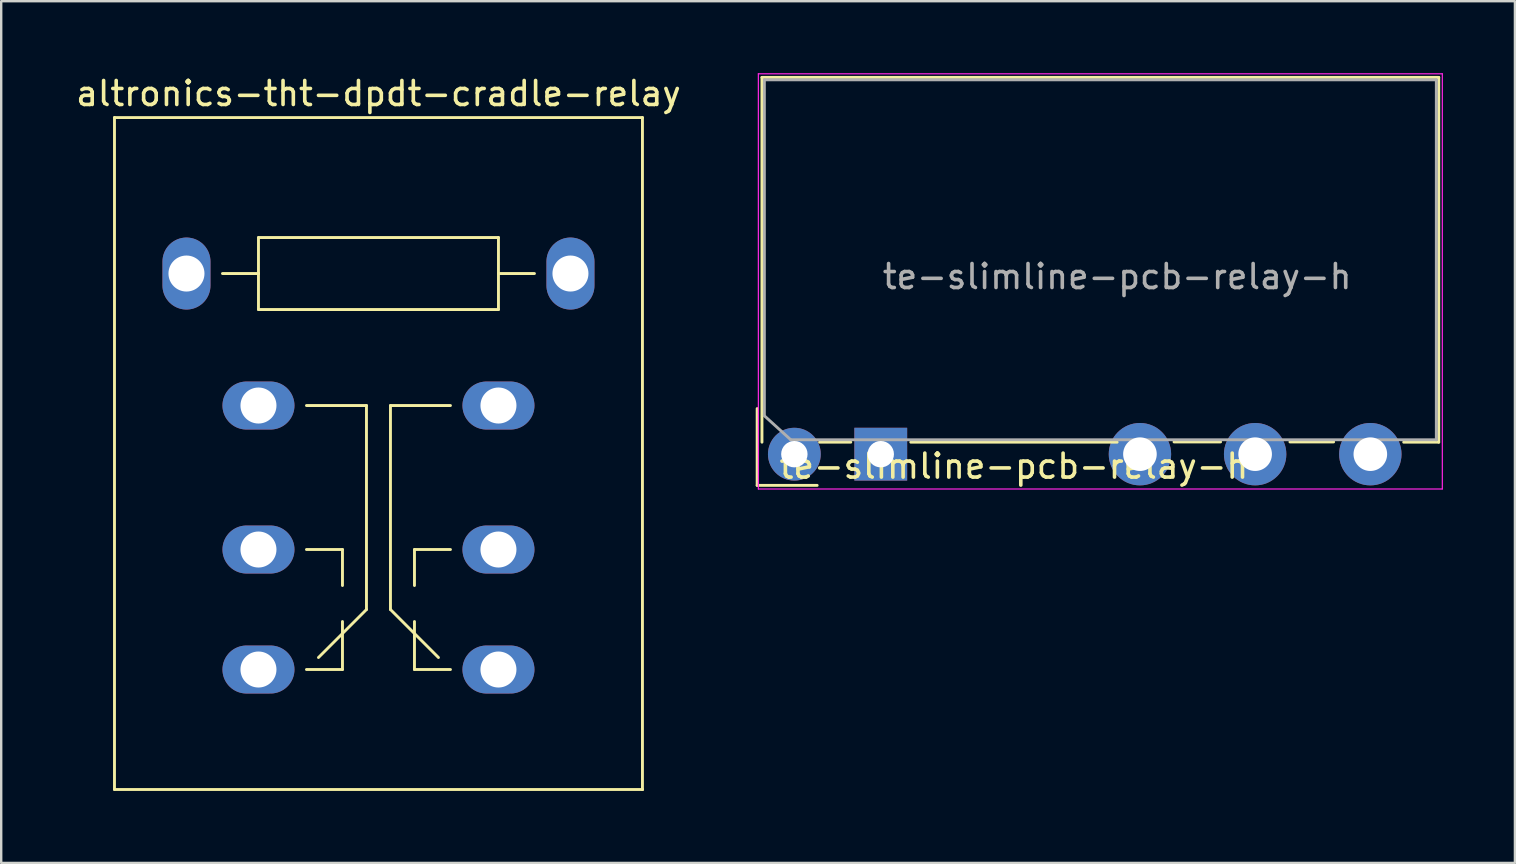
<source format=kicad_pcb>
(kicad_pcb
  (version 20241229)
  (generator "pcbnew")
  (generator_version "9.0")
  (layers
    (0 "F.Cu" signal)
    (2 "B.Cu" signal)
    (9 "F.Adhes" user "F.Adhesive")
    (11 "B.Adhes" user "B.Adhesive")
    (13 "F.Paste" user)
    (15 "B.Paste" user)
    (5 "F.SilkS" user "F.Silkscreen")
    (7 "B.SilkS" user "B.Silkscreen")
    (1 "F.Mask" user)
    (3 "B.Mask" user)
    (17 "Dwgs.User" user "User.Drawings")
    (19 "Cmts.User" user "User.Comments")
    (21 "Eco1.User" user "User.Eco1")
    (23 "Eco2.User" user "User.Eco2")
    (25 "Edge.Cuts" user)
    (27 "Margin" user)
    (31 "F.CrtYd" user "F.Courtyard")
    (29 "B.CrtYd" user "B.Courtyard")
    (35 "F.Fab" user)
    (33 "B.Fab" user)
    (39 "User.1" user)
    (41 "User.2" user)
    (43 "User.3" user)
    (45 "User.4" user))
  (footprint "altronics-tht-dpdt-cradle-relay"
    (layer "F.Cu")
    (at 12.72 14.848)
    (property "Reference" "altronics-tht-dpdt-cradle-relay" (at 0 -14 0) (layer "F.SilkS") (effects (font (size 1 1) (thickness 0.15))))
    (attr through_hole)
    (fp_line (start -11 -13) (end -11 15) (stroke (width 0.12) (type solid)) (layer "F.SilkS"))
    (fp_line (start -11 -13) (end 11 -13) (stroke (width 0.12) (type solid)) (layer "F.SilkS"))
    (fp_line (start -11 15) (end 11 15) (stroke (width 0.12) (type solid)) (layer "F.SilkS"))
    (fp_line (start -6.5 -6.5) (end -5 -6.5) (stroke (width 0.12) (type solid)) (layer "F.SilkS"))
    (fp_line (start -5 -8) (end 5 -8) (stroke (width 0.12) (type solid)) (layer "F.SilkS"))
    (fp_line (start -5 -6.5) (end -5 -8) (stroke (width 0.12) (type solid)) (layer "F.SilkS"))
    (fp_line (start -5 -5) (end -5 -6.5) (stroke (width 0.12) (type solid)) (layer "F.SilkS"))
    (fp_line (start -3 10) (end -1.5 10) (stroke (width 0.12) (type solid)) (layer "F.SilkS"))
    (fp_line (start -1.5 5) (end -3 5) (stroke (width 0.12) (type solid)) (layer "F.SilkS"))
    (fp_line (start -1.5 6.5) (end -1.5 5) (stroke (width 0.12) (type solid)) (layer "F.SilkS"))
    (fp_line (start -1.5 10) (end -1.5 8) (stroke (width 0.12) (type solid)) (layer "F.SilkS"))
    (fp_line (start -0.5 -1) (end -3 -1) (stroke (width 0.12) (type solid)) (layer "F.SilkS"))
    (fp_line (start -0.5 -1) (end -0.5 7.5) (stroke (width 0.12) (type solid)) (layer "F.SilkS"))
    (fp_line (start -0.5 7.5) (end -2.5 9.5) (stroke (width 0.12) (type solid)) (layer "F.SilkS"))
    (fp_line (start 0.5 -1) (end 0.5 7.5) (stroke (width 0.12) (type solid)) (layer "F.SilkS"))
    (fp_line (start 0.5 7.5) (end 2.5 9.5) (stroke (width 0.12) (type solid)) (layer "F.SilkS"))
    (fp_line (start 1.5 5) (end 1.5 6.5) (stroke (width 0.12) (type solid)) (layer "F.SilkS"))
    (fp_line (start 1.5 10) (end 1.5 8) (stroke (width 0.12) (type solid)) (layer "F.SilkS"))
    (fp_line (start 3 -1) (end 0.5 -1) (stroke (width 0.12) (type solid)) (layer "F.SilkS"))
    (fp_line (start 3 5) (end 1.5 5) (stroke (width 0.12) (type solid)) (layer "F.SilkS"))
    (fp_line (start 3 10) (end 1.5 10) (stroke (width 0.12) (type solid)) (layer "F.SilkS"))
    (fp_line (start 5 -8) (end 5 -5) (stroke (width 0.12) (type solid)) (layer "F.SilkS"))
    (fp_line (start 5 -6.5) (end 6.5 -6.5) (stroke (width 0.12) (type solid)) (layer "F.SilkS"))
    (fp_line (start 5 -5) (end -5 -5) (stroke (width 0.12) (type solid)) (layer "F.SilkS"))
    (fp_line (start 11 -13) (end 11 15) (stroke (width 0.12) (type solid)) (layer "F.SilkS"))
    (fp_line (start 11 15) (end 11 15) (stroke (width 0.12) (type solid)) (layer "F.SilkS"))
    (pad "1" thru_hole oval (at 5 10 90) (size 2 3) (drill 1.5) (layers "*.Cu" "*.Mask"))
    (pad "2" thru_hole oval (at -5 10 90) (size 2 3) (drill 1.5) (layers "*.Cu" "*.Mask"))
    (pad "3" thru_hole oval (at 5 5 90) (size 2 3) (drill 1.5) (layers "*.Cu" "*.Mask"))
    (pad "4" thru_hole oval (at -5 5 90) (size 2 3) (drill 1.5) (layers "*.Cu" "*.Mask"))
    (pad "5" thru_hole oval (at 5 -1 90) (size 2 3) (drill 1.5) (layers "*.Cu" "*.Mask"))
    (pad "6" thru_hole oval (at -5 -1 90) (size 2 3) (drill 1.5) (layers "*.Cu" "*.Mask"))
    (pad "7" thru_hole oval (at 8 -6.5 90) (size 3 2) (drill 1.5) (layers "*.Cu" "*.Mask"))
    (pad "8" thru_hole oval (at -8 -6.5 90) (size 3 2) (drill 1.5) (layers "*.Cu" "*.Mask")))
  (footprint "te-slimline-pcb-relay-h"
    (layer "F.Cu")
    (at 33.65 15.875)
    (property "Reference" "te-slimline-pcb-relay-h" (at 5.55 0.5 0) (layer "F.SilkS") (effects (font (size 1 1) (thickness 0.15))))
    (attr through_hole)
    (fp_line (start -5.15 -1.9) (end -5.15 1.3) (stroke (width 0.12) (type solid)) (layer "F.SilkS"))
    (fp_line (start -5.15 1.3) (end -2.65 1.3) (stroke (width 0.12) (type solid)) (layer "F.SilkS"))
    (fp_line (start -4.95 -15.7) (end 23.25 -15.7) (stroke (width 0.12) (type solid)) (layer "F.SilkS"))
    (fp_line (start -4.95 -0.5) (end -4.95 -15.7) (stroke (width 0.12) (type solid)) (layer "F.SilkS"))
    (fp_line (start -1.25 -0.5) (end -2.55 -0.5) (stroke (width 0.12) (type solid)) (layer "F.SilkS"))
    (fp_line (start 9.85 -0.5) (end 1.25 -0.5) (stroke (width 0.12) (type solid)) (layer "F.SilkS"))
    (fp_line (start 14.16 -0.51) (end 12.22 -0.51) (stroke (width 0.12) (type solid)) (layer "F.SilkS"))
    (fp_line (start 18.87 -0.51) (end 17.05 -0.51) (stroke (width 0.12) (type solid)) (layer "F.SilkS"))
    (fp_line (start 23.25 -15.7) (end 23.25 -0.5) (stroke (width 0.12) (type solid)) (layer "F.SilkS"))
    (fp_line (start 23.25 -0.5) (end 21.79 -0.5) (stroke (width 0.12) (type solid)) (layer "F.SilkS"))
    (fp_line (start -5.1 -15.85) (end -5.1 1.45) (stroke (width 0.05) (type solid)) (layer "F.CrtYd"))
    (fp_line (start -5.1 -15.85) (end 23.4 -15.85) (stroke (width 0.05) (type solid)) (layer "F.CrtYd"))
    (fp_line (start 23.4 1.45) (end -5.1 1.45) (stroke (width 0.05) (type solid)) (layer "F.CrtYd"))
    (fp_line (start 23.4 1.45) (end 23.4 -15.85) (stroke (width 0.05) (type solid)) (layer "F.CrtYd"))
    (fp_line (start -4.85 -15.6) (end -4.85 -1.6) (stroke (width 0.12) (type solid)) (layer "F.Fab"))
    (fp_line (start -4.85 -1.6) (end -3.75 -0.6) (stroke (width 0.12) (type solid)) (layer "F.Fab"))
    (fp_line (start -3.75 -0.6) (end 23.15 -0.6) (stroke (width 0.12) (type solid)) (layer "F.Fab"))
    (fp_line (start 23.15 -15.6) (end -4.85 -15.6) (stroke (width 0.12) (type solid)) (layer "F.Fab"))
    (fp_line (start 23.15 -0.6) (end 23.15 -15.6) (stroke (width 0.12) (type solid)) (layer "F.Fab"))
    (fp_text user "${REFERENCE}" (at 9.85 -7.4 0) (layer "F.Fab") (effects (font (size 1 1) (thickness 0.15))))
    (pad "11" thru_hole circle (at 15.6 0) (size 2.6 2.6) (drill 1.4) (layers "*.Cu" "*.Mask"))
    (pad "12" thru_hole circle (at 10.8 0) (size 2.6 2.6) (drill 1.4) (layers "*.Cu" "*.Mask"))
    (pad "14" thru_hole circle (at 20.4 0) (size 2.6 2.6) (drill 1.4) (layers "*.Cu" "*.Mask"))
    (pad "A1" thru_hole rect (at 0 0) (size 2.2 2.2) (drill 1.1) (layers "*.Cu" "*.Mask"))
    (pad "A2" thru_hole circle (at -3.6 0) (size 2.2 2.2) (drill 1.1) (layers "*.Cu" "*.Mask")))
  (gr_rect
    (start -3 -3)
    (end 60.075 32.908)
    (stroke (width 0.1) (type default))
    (fill no)
    (layer "Edge.Cuts")))
</source>
